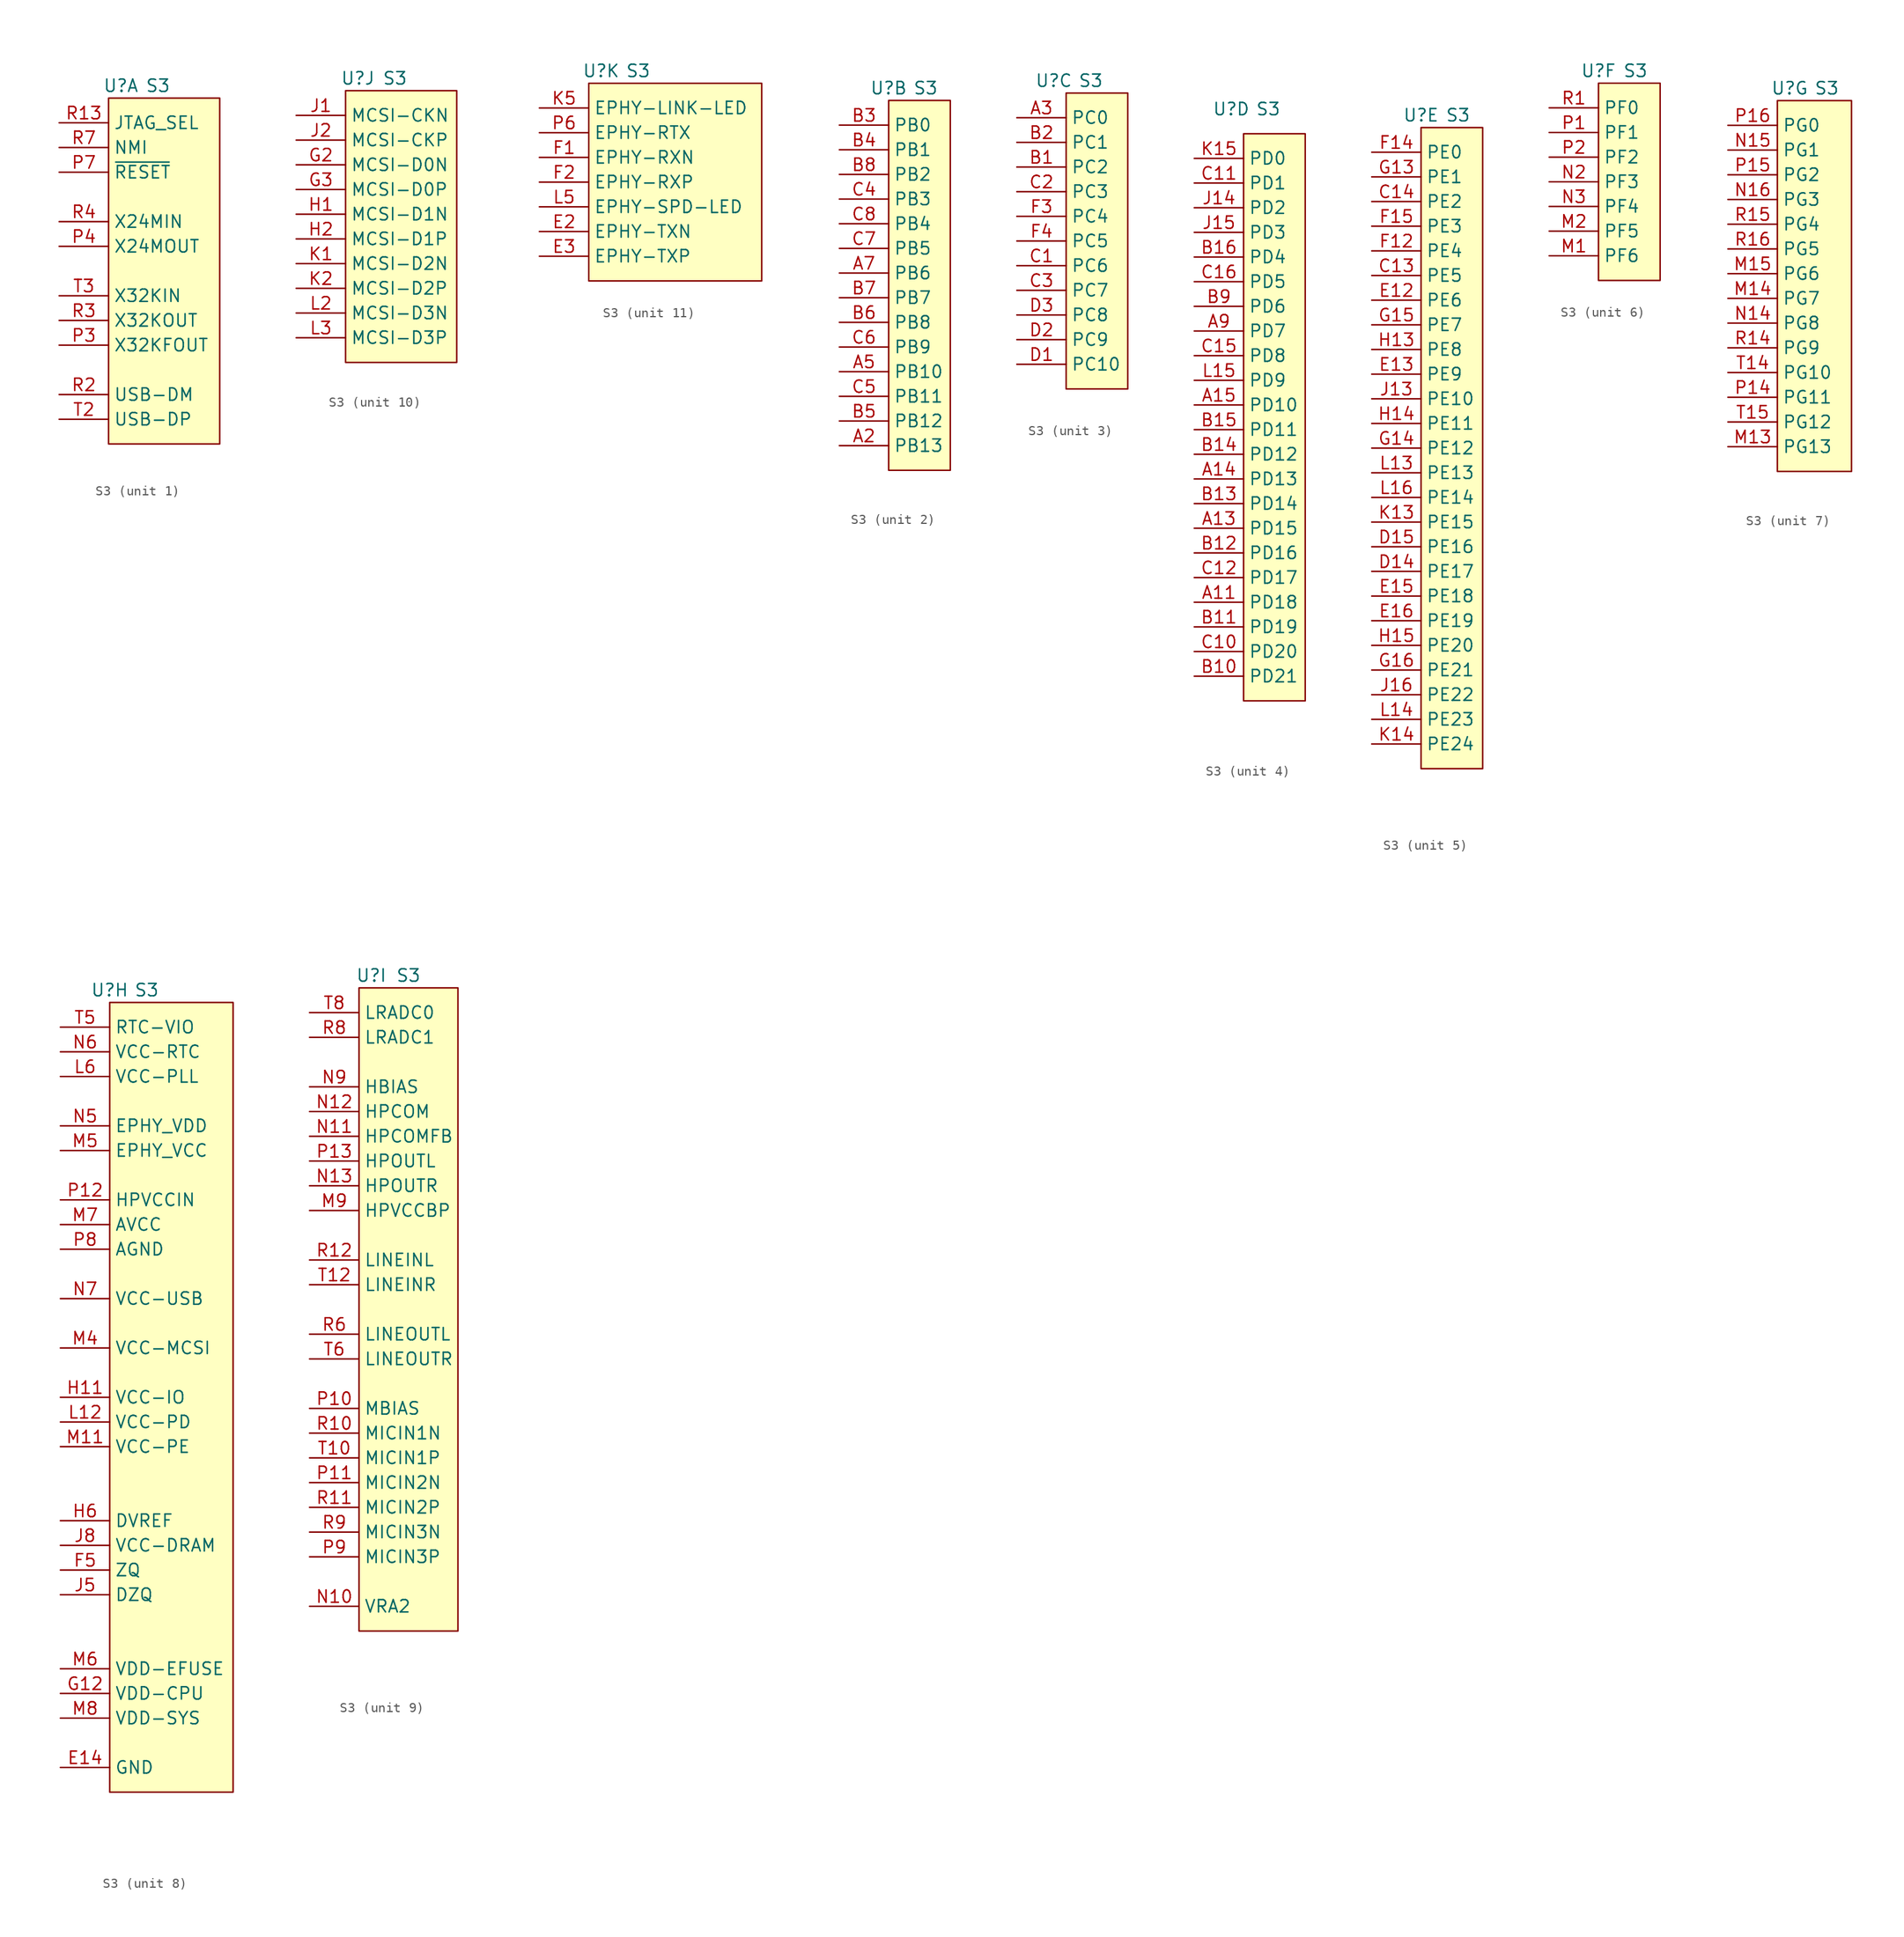
<source format=kicad_sym>
(kicad_symbol_lib
  (version 20211014)
  (generator kicad_symbol_editor)
  (symbol "S3"
    (property "Reference" "U"
      (at -2.54 1.27 0)
      (effects (font (size 1.27 1.27))))
    (property "Value" "S3"
      (at 1.27 1.27 0)
      (effects (font (size 1.27 1.27))))
    (property "ki_locked" ""
      (at 0 0 0)
      (effects (font (size 1.27 1.27))))
    (symbol "S3_1_0"
      (pin passive line (at -8.89 -25.4 0) (length 5.08) (name "X32KFOUT" (effects (font (size 1.27 1.27)))) (number "P3" (effects (font (size 1.27 1.27)))))
      (pin passive line (at -8.89 -15.24 0) (length 5.08) (name "X24MOUT" (effects (font (size 1.27 1.27)))) (number "P4" (effects (font (size 1.27 1.27)))))
      (pin passive line (at -8.89 -7.62 0) (length 5.08) (name "~{RESET}" (effects (font (size 1.27 1.27)))) (number "P7" (effects (font (size 1.27 1.27)))))
      (pin passive line (at -8.89 -2.54 0) (length 5.08) (name "JTAG_SEL" (effects (font (size 1.27 1.27)))) (number "R13" (effects (font (size 1.27 1.27)))))
      (pin passive line (at -8.89 -30.48 0) (length 5.08) (name "USB-DM" (effects (font (size 1.27 1.27)))) (number "R2" (effects (font (size 1.27 1.27)))))
      (pin passive line (at -8.89 -22.86 0) (length 5.08) (name "X32KOUT" (effects (font (size 1.27 1.27)))) (number "R3" (effects (font (size 1.27 1.27)))))
      (pin passive line (at -8.89 -12.7 0) (length 5.08) (name "X24MIN" (effects (font (size 1.27 1.27)))) (number "R4" (effects (font (size 1.27 1.27)))))
      (pin passive line (at -8.89 -5.08 0) (length 5.08) (name "NMI" (effects (font (size 1.27 1.27)))) (number "R7" (effects (font (size 1.27 1.27)))))
      (pin passive line (at -8.89 -33.02 0) (length 5.08) (name "USB-DP" (effects (font (size 1.27 1.27)))) (number "T2" (effects (font (size 1.27 1.27)))))
      (pin passive line (at -8.89 -20.32 0) (length 5.08) (name "X32KIN" (effects (font (size 1.27 1.27)))) (number "T3" (effects (font (size 1.27 1.27))))))
    (symbol "S3_1_1"
      (rectangle (start -3.81 0) (end 7.62 -35.56) (stroke (width 0.152) (type default) (color 0 0 0 0)) (fill (type background))))
    (symbol "S3_2_0"
      (pin passive line (at -7.62 -35.56 0) (length 5.08) (name "PB13" (effects (font (size 1.27 1.27)))) (number "A2" (effects (font (size 1.27 1.27)))))
      (pin passive line (at -7.62 -27.94 0) (length 5.08) (name "PB10" (effects (font (size 1.27 1.27)))) (number "A5" (effects (font (size 1.27 1.27)))))
      (pin passive line (at -7.62 -17.78 0) (length 5.08) (name "PB6" (effects (font (size 1.27 1.27)))) (number "A7" (effects (font (size 1.27 1.27)))))
      (pin passive line (at -7.62 -2.54 0) (length 5.08) (name "PB0" (effects (font (size 1.27 1.27)))) (number "B3" (effects (font (size 1.27 1.27)))))
      (pin passive line (at -7.62 -5.08 0) (length 5.08) (name "PB1" (effects (font (size 1.27 1.27)))) (number "B4" (effects (font (size 1.27 1.27)))))
      (pin passive line (at -7.62 -33.02 0) (length 5.08) (name "PB12" (effects (font (size 1.27 1.27)))) (number "B5" (effects (font (size 1.27 1.27)))))
      (pin passive line (at -7.62 -22.86 0) (length 5.08) (name "PB8" (effects (font (size 1.27 1.27)))) (number "B6" (effects (font (size 1.27 1.27)))))
      (pin passive line (at -7.62 -20.32 0) (length 5.08) (name "PB7" (effects (font (size 1.27 1.27)))) (number "B7" (effects (font (size 1.27 1.27)))))
      (pin passive line (at -7.62 -7.62 0) (length 5.08) (name "PB2" (effects (font (size 1.27 1.27)))) (number "B8" (effects (font (size 1.27 1.27)))))
      (pin passive line (at -7.62 -10.16 0) (length 5.08) (name "PB3" (effects (font (size 1.27 1.27)))) (number "C4" (effects (font (size 1.27 1.27)))))
      (pin passive line (at -7.62 -30.48 0) (length 5.08) (name "PB11" (effects (font (size 1.27 1.27)))) (number "C5" (effects (font (size 1.27 1.27)))))
      (pin passive line (at -7.62 -25.4 0) (length 5.08) (name "PB9" (effects (font (size 1.27 1.27)))) (number "C6" (effects (font (size 1.27 1.27)))))
      (pin passive line (at -7.62 -15.24 0) (length 5.08) (name "PB5" (effects (font (size 1.27 1.27)))) (number "C7" (effects (font (size 1.27 1.27)))))
      (pin passive line (at -7.62 -12.7 0) (length 5.08) (name "PB4" (effects (font (size 1.27 1.27)))) (number "C8" (effects (font (size 1.27 1.27))))))
    (symbol "S3_2_1"
      (rectangle (start -2.54 0) (end 3.81 -38.1) (stroke (width 0.152) (type default) (color 0 0 0 0)) (fill (type background))))
    (symbol "S3_3_0"
      (pin passive line (at -6.35 -2.54 0) (length 5.08) (name "PC0" (effects (font (size 1.27 1.27)))) (number "A3" (effects (font (size 1.27 1.27)))))
      (pin passive line (at -6.35 -7.62 0) (length 5.08) (name "PC2" (effects (font (size 1.27 1.27)))) (number "B1" (effects (font (size 1.27 1.27)))))
      (pin passive line (at -6.35 -5.08 0) (length 5.08) (name "PC1" (effects (font (size 1.27 1.27)))) (number "B2" (effects (font (size 1.27 1.27)))))
      (pin passive line (at -6.35 -17.78 0) (length 5.08) (name "PC6" (effects (font (size 1.27 1.27)))) (number "C1" (effects (font (size 1.27 1.27)))))
      (pin passive line (at -6.35 -10.16 0) (length 5.08) (name "PC3" (effects (font (size 1.27 1.27)))) (number "C2" (effects (font (size 1.27 1.27)))))
      (pin passive line (at -6.35 -20.32 0) (length 5.08) (name "PC7" (effects (font (size 1.27 1.27)))) (number "C3" (effects (font (size 1.27 1.27)))))
      (pin passive line (at -6.35 -27.94 0) (length 5.08) (name "PC10" (effects (font (size 1.27 1.27)))) (number "D1" (effects (font (size 1.27 1.27)))))
      (pin passive line (at -6.35 -25.4 0) (length 5.08) (name "PC9" (effects (font (size 1.27 1.27)))) (number "D2" (effects (font (size 1.27 1.27)))))
      (pin passive line (at -6.35 -22.86 0) (length 5.08) (name "PC8" (effects (font (size 1.27 1.27)))) (number "D3" (effects (font (size 1.27 1.27)))))
      (pin passive line (at -6.35 -12.7 0) (length 5.08) (name "PC4" (effects (font (size 1.27 1.27)))) (number "F3" (effects (font (size 1.27 1.27)))))
      (pin passive line (at -6.35 -15.24 0) (length 5.08) (name "PC5" (effects (font (size 1.27 1.27)))) (number "F4" (effects (font (size 1.27 1.27))))))
    (symbol "S3_3_1"
      (rectangle (start -1.27 0) (end 5.08 -30.48) (stroke (width 0.152) (type default) (color 0 0 0 0)) (fill (type background))))
    (symbol "S3_4_0"
      (pin passive line (at -6.35 -49.53 0) (length 5.08) (name "PD18" (effects (font (size 1.27 1.27)))) (number "A11" (effects (font (size 1.27 1.27)))))
      (pin passive line (at -6.35 -41.91 0) (length 5.08) (name "PD15" (effects (font (size 1.27 1.27)))) (number "A13" (effects (font (size 1.27 1.27)))))
      (pin passive line (at -6.35 -36.83 0) (length 5.08) (name "PD13" (effects (font (size 1.27 1.27)))) (number "A14" (effects (font (size 1.27 1.27)))))
      (pin passive line (at -6.35 -29.21 0) (length 5.08) (name "PD10" (effects (font (size 1.27 1.27)))) (number "A15" (effects (font (size 1.27 1.27)))))
      (pin passive line (at -6.35 -21.59 0) (length 5.08) (name "PD7" (effects (font (size 1.27 1.27)))) (number "A9" (effects (font (size 1.27 1.27)))))
      (pin passive line (at -6.35 -57.15 0) (length 5.08) (name "PD21" (effects (font (size 1.27 1.27)))) (number "B10" (effects (font (size 1.27 1.27)))))
      (pin passive line (at -6.35 -52.07 0) (length 5.08) (name "PD19" (effects (font (size 1.27 1.27)))) (number "B11" (effects (font (size 1.27 1.27)))))
      (pin passive line (at -6.35 -44.45 0) (length 5.08) (name "PD16" (effects (font (size 1.27 1.27)))) (number "B12" (effects (font (size 1.27 1.27)))))
      (pin passive line (at -6.35 -39.37 0) (length 5.08) (name "PD14" (effects (font (size 1.27 1.27)))) (number "B13" (effects (font (size 1.27 1.27)))))
      (pin passive line (at -6.35 -34.29 0) (length 5.08) (name "PD12" (effects (font (size 1.27 1.27)))) (number "B14" (effects (font (size 1.27 1.27)))))
      (pin passive line (at -6.35 -31.75 0) (length 5.08) (name "PD11" (effects (font (size 1.27 1.27)))) (number "B15" (effects (font (size 1.27 1.27)))))
      (pin passive line (at -6.35 -13.97 0) (length 5.08) (name "PD4" (effects (font (size 1.27 1.27)))) (number "B16" (effects (font (size 1.27 1.27)))))
      (pin passive line (at -6.35 -19.05 0) (length 5.08) (name "PD6" (effects (font (size 1.27 1.27)))) (number "B9" (effects (font (size 1.27 1.27)))))
      (pin passive line (at -6.35 -54.61 0) (length 5.08) (name "PD20" (effects (font (size 1.27 1.27)))) (number "C10" (effects (font (size 1.27 1.27)))))
      (pin passive line (at -6.35 -6.35 0) (length 5.08) (name "PD1" (effects (font (size 1.27 1.27)))) (number "C11" (effects (font (size 1.27 1.27)))))
      (pin passive line (at -6.35 -46.99 0) (length 5.08) (name "PD17" (effects (font (size 1.27 1.27)))) (number "C12" (effects (font (size 1.27 1.27)))))
      (pin passive line (at -6.35 -24.13 0) (length 5.08) (name "PD8" (effects (font (size 1.27 1.27)))) (number "C15" (effects (font (size 1.27 1.27)))))
      (pin passive line (at -6.35 -16.51 0) (length 5.08) (name "PD5" (effects (font (size 1.27 1.27)))) (number "C16" (effects (font (size 1.27 1.27)))))
      (pin passive line (at -6.35 -8.89 0) (length 5.08) (name "PD2" (effects (font (size 1.27 1.27)))) (number "J14" (effects (font (size 1.27 1.27)))))
      (pin passive line (at -6.35 -11.43 0) (length 5.08) (name "PD3" (effects (font (size 1.27 1.27)))) (number "J15" (effects (font (size 1.27 1.27)))))
      (pin passive line (at -6.35 -3.81 0) (length 5.08) (name "PD0" (effects (font (size 1.27 1.27)))) (number "K15" (effects (font (size 1.27 1.27)))))
      (pin passive line (at -6.35 -26.67 0) (length 5.08) (name "PD9" (effects (font (size 1.27 1.27)))) (number "L15" (effects (font (size 1.27 1.27))))))
    (symbol "S3_4_1"
      (rectangle (start -1.27 -1.27) (end 5.08 -59.69) (stroke (width 0.152) (type default) (color 0 0 0 0)) (fill (type background))))
    (symbol "S3_5_0"
      (pin passive line (at -7.62 -15.24 0) (length 5.08) (name "PE5" (effects (font (size 1.27 1.27)))) (number "C13" (effects (font (size 1.27 1.27)))))
      (pin passive line (at -7.62 -7.62 0) (length 5.08) (name "PE2" (effects (font (size 1.27 1.27)))) (number "C14" (effects (font (size 1.27 1.27)))))
      (pin passive line (at -7.62 -17.78 0) (length 5.08) (name "PE6" (effects (font (size 1.27 1.27)))) (number "E12" (effects (font (size 1.27 1.27)))))
      (pin passive line (at -7.62 -25.4 0) (length 5.08) (name "PE9" (effects (font (size 1.27 1.27)))) (number "E13" (effects (font (size 1.27 1.27)))))
      (pin passive line (at -7.62 -12.7 0) (length 5.08) (name "PE4" (effects (font (size 1.27 1.27)))) (number "F12" (effects (font (size 1.27 1.27)))))
      (pin passive line (at -7.62 -2.54 0) (length 5.08) (name "PE0" (effects (font (size 1.27 1.27)))) (number "F14" (effects (font (size 1.27 1.27)))))
      (pin passive line (at -7.62 -10.16 0) (length 5.08) (name "PE3" (effects (font (size 1.27 1.27)))) (number "F15" (effects (font (size 1.27 1.27)))))
      (pin passive line (at -7.62 -5.08 0) (length 5.08) (name "PE1" (effects (font (size 1.27 1.27)))) (number "G13" (effects (font (size 1.27 1.27)))))
      (pin passive line (at -7.62 -20.32 0) (length 5.08) (name "PE7" (effects (font (size 1.27 1.27)))) (number "G15" (effects (font (size 1.27 1.27)))))
      (pin passive line (at -7.62 -22.86 0) (length 5.08) (name "PE8" (effects (font (size 1.27 1.27)))) (number "H13" (effects (font (size 1.27 1.27)))))
      (pin passive line (at -7.62 -30.48 0) (length 5.08) (name "PE11" (effects (font (size 1.27 1.27)))) (number "H14" (effects (font (size 1.27 1.27)))))
      (pin passive line (at -7.62 -27.94 0) (length 5.08) (name "PE10" (effects (font (size 1.27 1.27)))) (number "J13" (effects (font (size 1.27 1.27))))))
    (symbol "S3_5_1"
      (rectangle (start -2.54 0) (end 3.81 -66.04) (stroke (width 0.152) (type default) (color 0 0 0 0)) (fill (type background)))
      (pin input line (at -7.62 -45.72 0) (length 5.08) (name "PE17" (effects (font (size 1.27 1.27)))) (number "D14" (effects (font (size 1.27 1.27)))))
      (pin input line (at -7.62 -43.18 0) (length 5.08) (name "PE16" (effects (font (size 1.27 1.27)))) (number "D15" (effects (font (size 1.27 1.27)))))
      (pin passive line (at -7.62 -48.26 0) (length 5.08) (name "PE18" (effects (font (size 1.27 1.27)))) (number "E15" (effects (font (size 1.27 1.27)))))
      (pin passive line (at -7.62 -50.8 0) (length 5.08) (name "PE19" (effects (font (size 1.27 1.27)))) (number "E16" (effects (font (size 1.27 1.27)))))
      (pin passive line (at -7.62 -33.02 0) (length 5.08) (name "PE12" (effects (font (size 1.27 1.27)))) (number "G14" (effects (font (size 1.27 1.27)))))
      (pin passive line (at -7.62 -55.88 0) (length 5.08) (name "PE21" (effects (font (size 1.27 1.27)))) (number "G16" (effects (font (size 1.27 1.27)))))
      (pin passive line (at -7.62 -53.34 0) (length 5.08) (name "PE20" (effects (font (size 1.27 1.27)))) (number "H15" (effects (font (size 1.27 1.27)))))
      (pin passive line (at -7.62 -58.42 0) (length 5.08) (name "PE22" (effects (font (size 1.27 1.27)))) (number "J16" (effects (font (size 1.27 1.27)))))
      (pin input line (at -7.62 -40.64 0) (length 5.08) (name "PE15" (effects (font (size 1.27 1.27)))) (number "K13" (effects (font (size 1.27 1.27)))))
      (pin passive line (at -7.62 -63.5 0) (length 5.08) (name "PE24" (effects (font (size 1.27 1.27)))) (number "K14" (effects (font (size 1.27 1.27)))))
      (pin input line (at -7.62 -35.56 0) (length 5.08) (name "PE13" (effects (font (size 1.27 1.27)))) (number "L13" (effects (font (size 1.27 1.27)))))
      (pin passive line (at -7.62 -60.96 0) (length 5.08) (name "PE23" (effects (font (size 1.27 1.27)))) (number "L14" (effects (font (size 1.27 1.27)))))
      (pin input line (at -7.62 -38.1 0) (length 5.08) (name "PE14" (effects (font (size 1.27 1.27)))) (number "L16" (effects (font (size 1.27 1.27))))))
    (symbol "S3_6_0"
      (pin passive line (at -7.62 -17.78 0) (length 5.08) (name "PF6" (effects (font (size 1.27 1.27)))) (number "M1" (effects (font (size 1.27 1.27)))))
      (pin passive line (at -7.62 -15.24 0) (length 5.08) (name "PF5" (effects (font (size 1.27 1.27)))) (number "M2" (effects (font (size 1.27 1.27)))))
      (pin passive line (at -7.62 -10.16 0) (length 5.08) (name "PF3" (effects (font (size 1.27 1.27)))) (number "N2" (effects (font (size 1.27 1.27)))))
      (pin passive line (at -7.62 -12.7 0) (length 5.08) (name "PF4" (effects (font (size 1.27 1.27)))) (number "N3" (effects (font (size 1.27 1.27)))))
      (pin passive line (at -7.62 -5.08 0) (length 5.08) (name "PF1" (effects (font (size 1.27 1.27)))) (number "P1" (effects (font (size 1.27 1.27)))))
      (pin passive line (at -7.62 -7.62 0) (length 5.08) (name "PF2" (effects (font (size 1.27 1.27)))) (number "P2" (effects (font (size 1.27 1.27)))))
      (pin passive line (at -7.62 -2.54 0) (length 5.08) (name "PF0" (effects (font (size 1.27 1.27)))) (number "R1" (effects (font (size 1.27 1.27))))))
    (symbol "S3_6_1"
      (rectangle (start -2.54 0) (end 3.81 -20.32) (stroke (width 0.152) (type default) (color 0 0 0 0)) (fill (type background))))
    (symbol "S3_7_0"
      (pin passive line (at -8.89 -35.56 0) (length 5.08) (name "PG13" (effects (font (size 1.27 1.27)))) (number "M13" (effects (font (size 1.27 1.27)))))
      (pin passive line (at -8.89 -20.32 0) (length 5.08) (name "PG7" (effects (font (size 1.27 1.27)))) (number "M14" (effects (font (size 1.27 1.27)))))
      (pin passive line (at -8.89 -17.78 0) (length 5.08) (name "PG6" (effects (font (size 1.27 1.27)))) (number "M15" (effects (font (size 1.27 1.27)))))
      (pin passive line (at -8.89 -22.86 0) (length 5.08) (name "PG8" (effects (font (size 1.27 1.27)))) (number "N14" (effects (font (size 1.27 1.27)))))
      (pin passive line (at -8.89 -5.08 0) (length 5.08) (name "PG1" (effects (font (size 1.27 1.27)))) (number "N15" (effects (font (size 1.27 1.27)))))
      (pin passive line (at -8.89 -10.16 0) (length 5.08) (name "PG3" (effects (font (size 1.27 1.27)))) (number "N16" (effects (font (size 1.27 1.27)))))
      (pin passive line (at -8.89 -30.48 0) (length 5.08) (name "PG11" (effects (font (size 1.27 1.27)))) (number "P14" (effects (font (size 1.27 1.27)))))
      (pin passive line (at -8.89 -7.62 0) (length 5.08) (name "PG2" (effects (font (size 1.27 1.27)))) (number "P15" (effects (font (size 1.27 1.27)))))
      (pin passive line (at -8.89 -2.54 0) (length 5.08) (name "PG0" (effects (font (size 1.27 1.27)))) (number "P16" (effects (font (size 1.27 1.27)))))
      (pin passive line (at -8.89 -25.4 0) (length 5.08) (name "PG9" (effects (font (size 1.27 1.27)))) (number "R14" (effects (font (size 1.27 1.27)))))
      (pin passive line (at -8.89 -12.7 0) (length 5.08) (name "PG4" (effects (font (size 1.27 1.27)))) (number "R15" (effects (font (size 1.27 1.27)))))
      (pin passive line (at -8.89 -15.24 0) (length 5.08) (name "PG5" (effects (font (size 1.27 1.27)))) (number "R16" (effects (font (size 1.27 1.27)))))
      (pin passive line (at -8.89 -27.94 0) (length 5.08) (name "PG10" (effects (font (size 1.27 1.27)))) (number "T14" (effects (font (size 1.27 1.27)))))
      (pin passive line (at -8.89 -33.02 0) (length 5.08) (name "PG12" (effects (font (size 1.27 1.27)))) (number "T15" (effects (font (size 1.27 1.27))))))
    (symbol "S3_7_1"
      (rectangle (start -3.81 0) (end 3.81 -38.1) (stroke (width 0.152) (type default) (color 0 0 0 0)) (fill (type background))))
    (symbol "S3_8_0"
      (pin passive line (at -7.62 -78.74 0) (length 5.08) hide (name "GND" (effects (font (size 1.27 1.27)))) (number "A1" (effects (font (size 1.27 1.27)))))
      (pin passive line (at -7.62 -78.74 0) (length 5.08) hide (name "GND" (effects (font (size 1.27 1.27)))) (number "A16" (effects (font (size 1.27 1.27)))))
      (pin passive line (at -7.62 -78.74 0) (length 5.08) hide (name "GND" (effects (font (size 1.27 1.27)))) (number "C9" (effects (font (size 1.27 1.27)))))
      (pin passive line (at -7.62 -78.74 0) (length 5.08) hide (name "GND" (effects (font (size 1.27 1.27)))) (number "D10" (effects (font (size 1.27 1.27)))))
      (pin passive line (at -7.62 -78.74 0) (length 5.08) hide (name "GND" (effects (font (size 1.27 1.27)))) (number "D11" (effects (font (size 1.27 1.27)))))
      (pin passive line (at -7.62 -78.74 0) (length 5.08) hide (name "GND" (effects (font (size 1.27 1.27)))) (number "D12" (effects (font (size 1.27 1.27)))))
      (pin passive line (at -7.62 -78.74 0) (length 5.08) hide (name "GND" (effects (font (size 1.27 1.27)))) (number "D4" (effects (font (size 1.27 1.27)))))
      (pin passive line (at -7.62 -78.74 0) (length 5.08) hide (name "GND" (effects (font (size 1.27 1.27)))) (number "D5" (effects (font (size 1.27 1.27)))))
      (pin passive line (at -7.62 -78.74 0) (length 5.08) hide (name "GND" (effects (font (size 1.27 1.27)))) (number "D6" (effects (font (size 1.27 1.27)))))
      (pin passive line (at -7.62 -78.74 0) (length 5.08) hide (name "GND" (effects (font (size 1.27 1.27)))) (number "D7" (effects (font (size 1.27 1.27)))))
      (pin passive line (at -7.62 -78.74 0) (length 5.08) hide (name "GND" (effects (font (size 1.27 1.27)))) (number "D8" (effects (font (size 1.27 1.27)))))
      (pin passive line (at -7.62 -78.74 0) (length 5.08) hide (name "GND" (effects (font (size 1.27 1.27)))) (number "D9" (effects (font (size 1.27 1.27)))))
      (pin passive line (at -7.62 -78.74 0) (length 5.08) hide (name "GND" (effects (font (size 1.27 1.27)))) (number "E10" (effects (font (size 1.27 1.27)))))
      (pin passive line (at -7.62 -78.74 0) (length 5.08) hide (name "GND" (effects (font (size 1.27 1.27)))) (number "E11" (effects (font (size 1.27 1.27)))))
      (pin passive line (at -7.62 -78.74 0) (length 5.08) (name "GND" (effects (font (size 1.27 1.27)))) (number "E14" (effects (font (size 1.27 1.27)))))
      (pin passive line (at -7.62 -78.74 0) (length 5.08) hide (name "GND" (effects (font (size 1.27 1.27)))) (number "E4" (effects (font (size 1.27 1.27)))))
      (pin passive line (at -7.62 -78.74 0) (length 5.08) hide (name "GND" (effects (font (size 1.27 1.27)))) (number "E5" (effects (font (size 1.27 1.27)))))
      (pin passive line (at -7.62 -78.74 0) (length 5.08) hide (name "GND" (effects (font (size 1.27 1.27)))) (number "E6" (effects (font (size 1.27 1.27)))))
      (pin passive line (at -7.62 -78.74 0) (length 5.08) hide (name "GND" (effects (font (size 1.27 1.27)))) (number "E7" (effects (font (size 1.27 1.27)))))
      (pin passive line (at -7.62 -78.74 0) (length 5.08) hide (name "GND" (effects (font (size 1.27 1.27)))) (number "E8" (effects (font (size 1.27 1.27)))))
      (pin passive line (at -7.62 -78.74 0) (length 5.08) hide (name "GND" (effects (font (size 1.27 1.27)))) (number "E9" (effects (font (size 1.27 1.27)))))
      (pin passive line (at -7.62 -78.74 0) (length 5.08) hide (name "GND" (effects (font (size 1.27 1.27)))) (number "F10" (effects (font (size 1.27 1.27)))))
      (pin passive line (at -7.62 -78.74 0) (length 5.08) hide (name "GND" (effects (font (size 1.27 1.27)))) (number "F11" (effects (font (size 1.27 1.27)))))
      (pin passive line (at -7.62 -58.42 0) (length 5.08) (name "ZQ" (effects (font (size 1.27 1.27)))) (number "F5" (effects (font (size 1.27 1.27)))))
      (pin passive line (at -7.62 -55.88 0) (length 5.08) hide (name "VCC-DRAM" (effects (font (size 1.27 1.27)))) (number "F6" (effects (font (size 1.27 1.27)))))
      (pin passive line (at -7.62 -55.88 0) (length 5.08) hide (name "VCC-DRAM" (effects (font (size 1.27 1.27)))) (number "F7" (effects (font (size 1.27 1.27)))))
      (pin passive line (at -7.62 -55.88 0) (length 5.08) hide (name "VCC-DRAM" (effects (font (size 1.27 1.27)))) (number "F8" (effects (font (size 1.27 1.27)))))
      (pin passive line (at -7.62 -78.74 0) (length 5.08) hide (name "GND" (effects (font (size 1.27 1.27)))) (number "F9" (effects (font (size 1.27 1.27)))))
      (pin passive line (at -7.62 -78.74 0) (length 5.08) hide (name "GND" (effects (font (size 1.27 1.27)))) (number "G10" (effects (font (size 1.27 1.27)))))
      (pin passive line (at -7.62 -78.74 0) (length 5.08) hide (name "GND" (effects (font (size 1.27 1.27)))) (number "G11" (effects (font (size 1.27 1.27)))))
      (pin passive line (at -7.62 -71.12 0) (length 5.08) (name "VDD-CPU" (effects (font (size 1.27 1.27)))) (number "G12" (effects (font (size 1.27 1.27)))))
      (pin passive line (at -7.62 -78.74 0) (length 5.08) hide (name "GND" (effects (font (size 1.27 1.27)))) (number "G4" (effects (font (size 1.27 1.27)))))
      (pin passive line (at -7.62 -78.74 0) (length 5.08) hide (name "GND" (effects (font (size 1.27 1.27)))) (number "G5" (effects (font (size 1.27 1.27)))))
      (pin passive line (at -7.62 -78.74 0) (length 5.08) hide (name "GND" (effects (font (size 1.27 1.27)))) (number "G6" (effects (font (size 1.27 1.27)))))
      (pin passive line (at -7.62 -78.74 0) (length 5.08) hide (name "GND" (effects (font (size 1.27 1.27)))) (number "G7" (effects (font (size 1.27 1.27)))))
      (pin passive line (at -7.62 -55.88 0) (length 5.08) hide (name "VCC-DRAM" (effects (font (size 1.27 1.27)))) (number "G8" (effects (font (size 1.27 1.27)))))
      (pin passive line (at -7.62 -78.74 0) (length 5.08) hide (name "GND" (effects (font (size 1.27 1.27)))) (number "G9" (effects (font (size 1.27 1.27)))))
      (pin passive line (at -7.62 -78.74 0) (length 5.08) hide (name "GND" (effects (font (size 1.27 1.27)))) (number "H10" (effects (font (size 1.27 1.27)))))
      (pin passive line (at -7.62 -40.64 0) (length 5.08) (name "VCC-IO" (effects (font (size 1.27 1.27)))) (number "H11" (effects (font (size 1.27 1.27)))))
      (pin passive line (at -7.62 -71.12 0) (length 5.08) hide (name "VDD-CPU" (effects (font (size 1.27 1.27)))) (number "H12" (effects (font (size 1.27 1.27)))))
      (pin passive line (at -7.62 -78.74 0) (length 5.08) hide (name "GND" (effects (font (size 1.27 1.27)))) (number "H3" (effects (font (size 1.27 1.27)))))
      (pin passive line (at -7.62 -78.74 0) (length 5.08) hide (name "GND" (effects (font (size 1.27 1.27)))) (number "H4" (effects (font (size 1.27 1.27)))))
      (pin passive line (at -7.62 -78.74 0) (length 5.08) hide (name "GND" (effects (font (size 1.27 1.27)))) (number "H5" (effects (font (size 1.27 1.27)))))
      (pin passive line (at -7.62 -53.34 0) (length 5.08) (name "DVREF" (effects (font (size 1.27 1.27)))) (number "H6" (effects (font (size 1.27 1.27)))))
      (pin passive line (at -7.62 -78.74 0) (length 5.08) hide (name "GND" (effects (font (size 1.27 1.27)))) (number "H7" (effects (font (size 1.27 1.27)))))
      (pin passive line (at -7.62 -55.88 0) (length 5.08) hide (name "VCC-DRAM" (effects (font (size 1.27 1.27)))) (number "H8" (effects (font (size 1.27 1.27)))))
      (pin passive line (at -7.62 -78.74 0) (length 5.08) hide (name "GND" (effects (font (size 1.27 1.27)))) (number "H9" (effects (font (size 1.27 1.27)))))
      (pin passive line (at -7.62 -78.74 0) (length 5.08) hide (name "GND" (effects (font (size 1.27 1.27)))) (number "J10" (effects (font (size 1.27 1.27)))))
      (pin passive line (at -7.62 -71.12 0) (length 5.08) hide (name "VDD-CPU" (effects (font (size 1.27 1.27)))) (number "J11" (effects (font (size 1.27 1.27)))))
      (pin passive line (at -7.62 -71.12 0) (length 5.08) hide (name "VDD-CPU" (effects (font (size 1.27 1.27)))) (number "J12" (effects (font (size 1.27 1.27)))))
      (pin passive line (at -7.62 -78.74 0) (length 5.08) hide (name "GND" (effects (font (size 1.27 1.27)))) (number "J3" (effects (font (size 1.27 1.27)))))
      (pin passive line (at -7.62 -78.74 0) (length 5.08) hide (name "GND" (effects (font (size 1.27 1.27)))) (number "J4" (effects (font (size 1.27 1.27)))))
      (pin passive line (at -7.62 -60.96 0) (length 5.08) (name "DZQ" (effects (font (size 1.27 1.27)))) (number "J5" (effects (font (size 1.27 1.27)))))
      (pin passive line (at -7.62 -78.74 0) (length 5.08) hide (name "GND" (effects (font (size 1.27 1.27)))) (number "J6" (effects (font (size 1.27 1.27)))))
      (pin passive line (at -7.62 -78.74 0) (length 5.08) hide (name "GND" (effects (font (size 1.27 1.27)))) (number "J7" (effects (font (size 1.27 1.27)))))
      (pin passive line (at -7.62 -55.88 0) (length 5.08) (name "VCC-DRAM" (effects (font (size 1.27 1.27)))) (number "J8" (effects (font (size 1.27 1.27)))))
      (pin passive line (at -7.62 -78.74 0) (length 5.08) hide (name "GND" (effects (font (size 1.27 1.27)))) (number "J9" (effects (font (size 1.27 1.27)))))
      (pin passive line (at -7.62 -78.74 0) (length 5.08) hide (name "GND" (effects (font (size 1.27 1.27)))) (number "K10" (effects (font (size 1.27 1.27)))))
      (pin passive line (at -7.62 -71.12 0) (length 5.08) hide (name "VDD-CPU" (effects (font (size 1.27 1.27)))) (number "K11" (effects (font (size 1.27 1.27)))))
      (pin passive line (at -7.62 -78.74 0) (length 5.08) hide (name "GND" (effects (font (size 1.27 1.27)))) (number "K12" (effects (font (size 1.27 1.27)))))
      (pin passive line (at -7.62 -78.74 0) (length 5.08) hide (name "GND" (effects (font (size 1.27 1.27)))) (number "K3" (effects (font (size 1.27 1.27)))))
      (pin passive line (at -7.62 -78.74 0) (length 5.08) hide (name "GND" (effects (font (size 1.27 1.27)))) (number "K4" (effects (font (size 1.27 1.27)))))
      (pin passive line (at -7.62 -78.74 0) (length 5.08) hide (name "GND" (effects (font (size 1.27 1.27)))) (number "K6" (effects (font (size 1.27 1.27)))))
      (pin passive line (at -7.62 -78.74 0) (length 5.08) hide (name "GND" (effects (font (size 1.27 1.27)))) (number "K7" (effects (font (size 1.27 1.27)))))
      (pin passive line (at -7.62 -73.66 0) (length 5.08) hide (name "VDD-SYS" (effects (font (size 1.27 1.27)))) (number "K8" (effects (font (size 1.27 1.27)))))
      (pin passive line (at -7.62 -73.66 0) (length 5.08) hide (name "VDD-SYS" (effects (font (size 1.27 1.27)))) (number "K9" (effects (font (size 1.27 1.27)))))
      (pin passive line (at -7.62 -78.74 0) (length 5.08) hide (name "GND" (effects (font (size 1.27 1.27)))) (number "L10" (effects (font (size 1.27 1.27)))))
      (pin passive line (at -7.62 -43.18 0) (length 5.08) hide (name "VCC-PD" (effects (font (size 1.27 1.27)))) (number "L11" (effects (font (size 1.27 1.27)))))
      (pin passive line (at -7.62 -43.18 0) (length 5.08) (name "VCC-PD" (effects (font (size 1.27 1.27)))) (number "L12" (effects (font (size 1.27 1.27)))))
      (pin passive line (at -7.62 -78.74 0) (length 5.08) hide (name "GND" (effects (font (size 1.27 1.27)))) (number "L4" (effects (font (size 1.27 1.27)))))
      (pin passive line (at -7.62 -7.62 0) (length 5.08) (name "VCC-PLL" (effects (font (size 1.27 1.27)))) (number "L6" (effects (font (size 1.27 1.27)))))
      (pin passive line (at -7.62 -78.74 0) (length 5.08) hide (name "GND" (effects (font (size 1.27 1.27)))) (number "L7" (effects (font (size 1.27 1.27)))))
      (pin passive line (at -7.62 -73.66 0) (length 5.08) hide (name "VDD-SYS" (effects (font (size 1.27 1.27)))) (number "L8" (effects (font (size 1.27 1.27)))))
      (pin passive line (at -7.62 -78.74 0) (length 5.08) hide (name "GND" (effects (font (size 1.27 1.27)))) (number "L9" (effects (font (size 1.27 1.27)))))
      (pin passive line (at -7.62 -78.74 0) (length 5.08) hide (name "GND" (effects (font (size 1.27 1.27)))) (number "M10" (effects (font (size 1.27 1.27)))))
      (pin passive line (at -7.62 -45.72 0) (length 5.08) (name "VCC-PE" (effects (font (size 1.27 1.27)))) (number "M11" (effects (font (size 1.27 1.27)))))
      (pin passive line (at -7.62 -45.72 0) (length 5.08) hide (name "VCC-PE" (effects (font (size 1.27 1.27)))) (number "M12" (effects (font (size 1.27 1.27)))))
      (pin passive line (at -7.62 -35.56 0) (length 5.08) (name "VCC-MCSI" (effects (font (size 1.27 1.27)))) (number "M4" (effects (font (size 1.27 1.27)))))
      (pin passive line (at -7.62 -15.24 0) (length 5.08) (name "EPHY_VCC" (effects (font (size 1.27 1.27)))) (number "M5" (effects (font (size 1.27 1.27)))))
      (pin passive line (at -7.62 -68.58 0) (length 5.08) (name "VDD-EFUSE" (effects (font (size 1.27 1.27)))) (number "M6" (effects (font (size 1.27 1.27)))))
      (pin passive line (at -7.62 -22.86 0) (length 5.08) (name "AVCC" (effects (font (size 1.27 1.27)))) (number "M7" (effects (font (size 1.27 1.27)))))
      (pin passive line (at -7.62 -73.66 0) (length 5.08) (name "VDD-SYS" (effects (font (size 1.27 1.27)))) (number "M8" (effects (font (size 1.27 1.27)))))
      (pin passive line (at -7.62 -78.74 0) (length 5.08) hide (name "GND" (effects (font (size 1.27 1.27)))) (number "N4" (effects (font (size 1.27 1.27)))))
      (pin passive line (at -7.62 -12.7 0) (length 5.08) (name "EPHY_VDD" (effects (font (size 1.27 1.27)))) (number "N5" (effects (font (size 1.27 1.27)))))
      (pin passive line (at -7.62 -5.08 0) (length 5.08) (name "VCC-RTC" (effects (font (size 1.27 1.27)))) (number "N6" (effects (font (size 1.27 1.27)))))
      (pin passive line (at -7.62 -30.48 0) (length 5.08) (name "VCC-USB" (effects (font (size 1.27 1.27)))) (number "N7" (effects (font (size 1.27 1.27)))))
      (pin passive line (at -7.62 -78.74 0) (length 5.08) hide (name "GND" (effects (font (size 1.27 1.27)))) (number "N8" (effects (font (size 1.27 1.27)))))
      (pin passive line (at -7.62 -20.32 0) (length 5.08) (name "HPVCCIN" (effects (font (size 1.27 1.27)))) (number "P12" (effects (font (size 1.27 1.27)))))
      (pin passive line (at -7.62 -40.64 0) (length 5.08) hide (name "VCC-IO" (effects (font (size 1.27 1.27)))) (number "P5" (effects (font (size 1.27 1.27)))))
      (pin passive line (at -7.62 -25.4 0) (length 5.08) (name "AGND" (effects (font (size 1.27 1.27)))) (number "P8" (effects (font (size 1.27 1.27)))))
      (pin passive line (at -7.62 -78.74 0) (length 5.08) hide (name "GND" (effects (font (size 1.27 1.27)))) (number "R5" (effects (font (size 1.27 1.27)))))
      (pin passive line (at -7.62 -78.74 0) (length 5.08) hide (name "GND" (effects (font (size 1.27 1.27)))) (number "T1" (effects (font (size 1.27 1.27)))))
      (pin passive line (at -7.62 -78.74 0) (length 5.08) hide (name "GND" (effects (font (size 1.27 1.27)))) (number "T16" (effects (font (size 1.27 1.27)))))
      (pin passive line (at -7.62 -2.54 0) (length 5.08) (name "RTC-VIO" (effects (font (size 1.27 1.27)))) (number "T5" (effects (font (size 1.27 1.27))))))
    (symbol "S3_8_1"
      (rectangle (start -2.54 0) (end 10.16 -81.28) (stroke (width 0.152) (type default) (color 0 0 0 0)) (fill (type background))))
    (symbol "S3_9_0"
      (pin passive line (at -8.89 -22.86 0) (length 5.08) (name "HPVCCBP" (effects (font (size 1.27 1.27)))) (number "M9" (effects (font (size 1.27 1.27)))))
      (pin passive line (at -8.89 -63.5 0) (length 5.08) (name "VRA2" (effects (font (size 1.27 1.27)))) (number "N10" (effects (font (size 1.27 1.27)))))
      (pin passive line (at -8.89 -15.24 0) (length 5.08) (name "HPCOMFB" (effects (font (size 1.27 1.27)))) (number "N11" (effects (font (size 1.27 1.27)))))
      (pin passive line (at -8.89 -12.7 0) (length 5.08) (name "HPCOM" (effects (font (size 1.27 1.27)))) (number "N12" (effects (font (size 1.27 1.27)))))
      (pin passive line (at -8.89 -20.32 0) (length 5.08) (name "HPOUTR" (effects (font (size 1.27 1.27)))) (number "N13" (effects (font (size 1.27 1.27)))))
      (pin passive line (at -8.89 -10.16 0) (length 5.08) (name "HBIAS" (effects (font (size 1.27 1.27)))) (number "N9" (effects (font (size 1.27 1.27)))))
      (pin passive line (at -8.89 -43.18 0) (length 5.08) (name "MBIAS" (effects (font (size 1.27 1.27)))) (number "P10" (effects (font (size 1.27 1.27)))))
      (pin passive line (at -8.89 -50.8 0) (length 5.08) (name "MICIN2N" (effects (font (size 1.27 1.27)))) (number "P11" (effects (font (size 1.27 1.27)))))
      (pin passive line (at -8.89 -17.78 0) (length 5.08) (name "HPOUTL" (effects (font (size 1.27 1.27)))) (number "P13" (effects (font (size 1.27 1.27)))))
      (pin passive line (at -8.89 -58.42 0) (length 5.08) (name "MICIN3P" (effects (font (size 1.27 1.27)))) (number "P9" (effects (font (size 1.27 1.27)))))
      (pin passive line (at -8.89 -45.72 0) (length 5.08) (name "MICIN1N" (effects (font (size 1.27 1.27)))) (number "R10" (effects (font (size 1.27 1.27)))))
      (pin passive line (at -8.89 -53.34 0) (length 5.08) (name "MICIN2P" (effects (font (size 1.27 1.27)))) (number "R11" (effects (font (size 1.27 1.27)))))
      (pin passive line (at -8.89 -27.94 0) (length 5.08) (name "LINEINL" (effects (font (size 1.27 1.27)))) (number "R12" (effects (font (size 1.27 1.27)))))
      (pin passive line (at -8.89 -35.56 0) (length 5.08) (name "LINEOUTL" (effects (font (size 1.27 1.27)))) (number "R6" (effects (font (size 1.27 1.27)))))
      (pin passive line (at -8.89 -5.08 0) (length 5.08) (name "LRADC1" (effects (font (size 1.27 1.27)))) (number "R8" (effects (font (size 1.27 1.27)))))
      (pin passive line (at -8.89 -55.88 0) (length 5.08) (name "MICIN3N" (effects (font (size 1.27 1.27)))) (number "R9" (effects (font (size 1.27 1.27)))))
      (pin passive line (at -8.89 -48.26 0) (length 5.08) (name "MICIN1P" (effects (font (size 1.27 1.27)))) (number "T10" (effects (font (size 1.27 1.27)))))
      (pin passive line (at -8.89 -30.48 0) (length 5.08) (name "LINEINR" (effects (font (size 1.27 1.27)))) (number "T12" (effects (font (size 1.27 1.27)))))
      (pin passive line (at -8.89 -38.1 0) (length 5.08) (name "LINEOUTR" (effects (font (size 1.27 1.27)))) (number "T6" (effects (font (size 1.27 1.27)))))
      (pin passive line (at -8.89 -2.54 0) (length 5.08) (name "LRADC0" (effects (font (size 1.27 1.27)))) (number "T8" (effects (font (size 1.27 1.27))))))
    (symbol "S3_9_1"
      (rectangle (start -3.81 0) (end 6.35 -66.04) (stroke (width 0.152) (type default) (color 0 0 0 0)) (fill (type background))))
    (symbol "S3_10_0"
      (pin passive line (at -8.89 -7.62 0) (length 5.08) (name "MCSI-D0N" (effects (font (size 1.27 1.27)))) (number "G2" (effects (font (size 1.27 1.27)))))
      (pin passive line (at -8.89 -10.16 0) (length 5.08) (name "MCSI-D0P" (effects (font (size 1.27 1.27)))) (number "G3" (effects (font (size 1.27 1.27)))))
      (pin passive line (at -8.89 -12.7 0) (length 5.08) (name "MCSI-D1N" (effects (font (size 1.27 1.27)))) (number "H1" (effects (font (size 1.27 1.27)))))
      (pin passive line (at -8.89 -15.24 0) (length 5.08) (name "MCSI-D1P" (effects (font (size 1.27 1.27)))) (number "H2" (effects (font (size 1.27 1.27)))))
      (pin passive line (at -8.89 -2.54 0) (length 5.08) (name "MCSI-CKN" (effects (font (size 1.27 1.27)))) (number "J1" (effects (font (size 1.27 1.27)))))
      (pin passive line (at -8.89 -5.08 0) (length 5.08) (name "MCSI-CKP" (effects (font (size 1.27 1.27)))) (number "J2" (effects (font (size 1.27 1.27)))))
      (pin passive line (at -8.89 -17.78 0) (length 5.08) (name "MCSI-D2N" (effects (font (size 1.27 1.27)))) (number "K1" (effects (font (size 1.27 1.27)))))
      (pin passive line (at -8.89 -20.32 0) (length 5.08) (name "MCSI-D2P" (effects (font (size 1.27 1.27)))) (number "K2" (effects (font (size 1.27 1.27)))))
      (pin passive line (at -8.89 -22.86 0) (length 5.08) (name "MCSI-D3N" (effects (font (size 1.27 1.27)))) (number "L2" (effects (font (size 1.27 1.27)))))
      (pin passive line (at -8.89 -25.4 0) (length 5.08) (name "MCSI-D3P" (effects (font (size 1.27 1.27)))) (number "L3" (effects (font (size 1.27 1.27))))))
    (symbol "S3_10_1"
      (rectangle (start -3.81 0) (end 7.62 -27.94) (stroke (width 0.152) (type default) (color 0 0 0 0)) (fill (type background))))
    (symbol "S3_11_0"
      (pin passive line (at -8.89 -15.24 0) (length 5.08) (name "EPHY-TXN" (effects (font (size 1.27 1.27)))) (number "E2" (effects (font (size 1.27 1.27)))))
      (pin passive line (at -8.89 -17.78 0) (length 5.08) (name "EPHY-TXP" (effects (font (size 1.27 1.27)))) (number "E3" (effects (font (size 1.27 1.27)))))
      (pin passive line (at -8.89 -7.62 0) (length 5.08) (name "EPHY-RXN" (effects (font (size 1.27 1.27)))) (number "F1" (effects (font (size 1.27 1.27)))))
      (pin passive line (at -8.89 -10.16 0) (length 5.08) (name "EPHY-RXP" (effects (font (size 1.27 1.27)))) (number "F2" (effects (font (size 1.27 1.27)))))
      (pin passive line (at -8.89 -2.54 0) (length 5.08) (name "EPHY-LINK-LED" (effects (font (size 1.27 1.27)))) (number "K5" (effects (font (size 1.27 1.27)))))
      (pin passive line (at -8.89 -12.7 0) (length 5.08) (name "EPHY-SPD-LED" (effects (font (size 1.27 1.27)))) (number "L5" (effects (font (size 1.27 1.27)))))
      (pin passive line (at -8.89 -5.08 0) (length 5.08) (name "EPHY-RTX" (effects (font (size 1.27 1.27)))) (number "P6" (effects (font (size 1.27 1.27))))))
    (symbol "S3_11_1"
      (rectangle (start -3.81 0) (end 13.97 -20.32) (stroke (width 0.152) (type default) (color 0 0 0 0)) (fill (type background))))))
</source>
